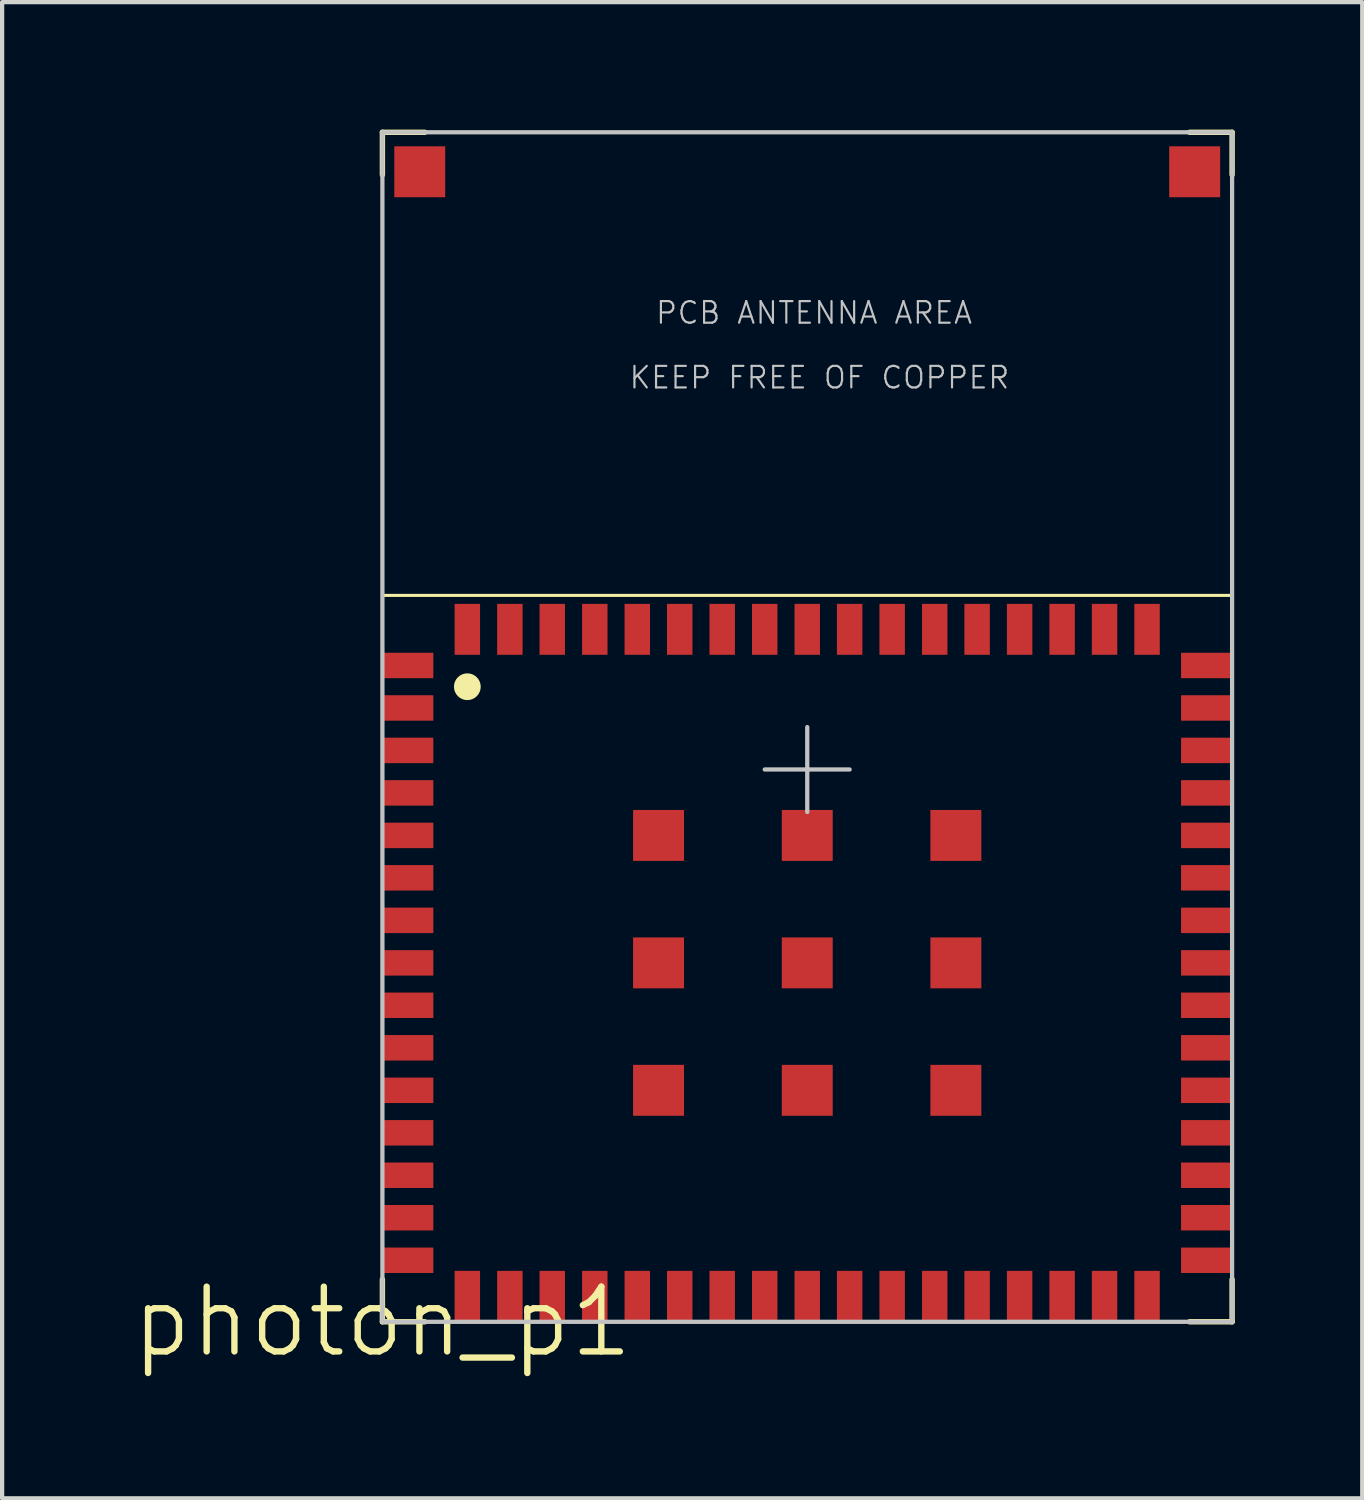
<source format=kicad_pcb>
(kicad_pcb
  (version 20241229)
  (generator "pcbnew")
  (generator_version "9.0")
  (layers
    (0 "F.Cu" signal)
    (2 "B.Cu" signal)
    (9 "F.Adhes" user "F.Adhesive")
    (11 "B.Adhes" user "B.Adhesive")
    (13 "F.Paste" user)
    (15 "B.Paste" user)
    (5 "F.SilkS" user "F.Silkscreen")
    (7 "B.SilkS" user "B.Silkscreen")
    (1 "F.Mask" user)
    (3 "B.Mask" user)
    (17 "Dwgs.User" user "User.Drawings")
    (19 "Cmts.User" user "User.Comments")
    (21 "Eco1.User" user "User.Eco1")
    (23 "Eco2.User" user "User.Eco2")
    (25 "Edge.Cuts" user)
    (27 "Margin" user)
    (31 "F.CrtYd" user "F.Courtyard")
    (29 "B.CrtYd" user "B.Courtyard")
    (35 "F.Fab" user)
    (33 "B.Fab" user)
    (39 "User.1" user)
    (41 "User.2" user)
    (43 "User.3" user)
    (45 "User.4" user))
  (footprint "photon_p1"
    (layer "F.Cu")
    (at 5.951 28.062)
    (property "Reference" "photon_p1" (at 0 0 0) (layer "F.SilkS") (effects (font (size 1.524 1.524) (thickness 0.15))))
    (attr smd)
    (fp_line (start 0 -27.998) (end 0.998 -27.998) (stroke (width 0.127) (type solid)) (layer "F.SilkS"))
    (fp_line (start 0 -27.998) (end 20 -27.998) (stroke (width 0.066) (type solid)) (layer "F.SilkS"))
    (fp_line (start 0 -27.998) (end 20 -27.998) (stroke (width 0.066) (type solid)) (layer "F.SilkS"))
    (fp_line (start 0 -26.998) (end 0 -27.998) (stroke (width 0.127) (type solid)) (layer "F.SilkS"))
    (fp_line (start 0 -17.099) (end 0 -27.998) (stroke (width 0.066) (type solid)) (layer "F.SilkS"))
    (fp_line (start 0 -17.099) (end 0 -27.998) (stroke (width 0.066) (type solid)) (layer "F.SilkS"))
    (fp_line (start 0 -17.099) (end 20 -17.099) (stroke (width 0.066) (type solid)) (layer "F.SilkS"))
    (fp_line (start 0 -17.099) (end 20 -17.099) (stroke (width 0.066) (type solid)) (layer "F.SilkS"))
    (fp_line (start 0 -0.998) (end 0 0) (stroke (width 0.127) (type solid)) (layer "F.SilkS"))
    (fp_line (start 0 0) (end 0.998 0) (stroke (width 0.127) (type solid)) (layer "F.SilkS"))
    (fp_line (start 18.999 -27.998) (end 20 -27.998) (stroke (width 0.127) (type solid)) (layer "F.SilkS"))
    (fp_line (start 20 -27.998) (end 20 -26.998) (stroke (width 0.127) (type solid)) (layer "F.SilkS"))
    (fp_line (start 20 -17.099) (end 20 -27.998) (stroke (width 0.066) (type solid)) (layer "F.SilkS"))
    (fp_line (start 20 -17.099) (end 20 -27.998) (stroke (width 0.066) (type solid)) (layer "F.SilkS"))
    (fp_line (start 20 -0.998) (end 20 0) (stroke (width 0.127) (type solid)) (layer "F.SilkS"))
    (fp_line (start 20 0) (end 18.999 0) (stroke (width 0.127) (type solid)) (layer "F.SilkS"))
    (fp_circle (center 1.999 -14.948) (end 1.999 -15.263) (stroke (width 0) (type solid)) (fill yes) (layer "F.SilkS"))
    (fp_line (start 0 0) (end 0 -27.998) (stroke (width 0.1) (type solid)) (layer "Dwgs.User"))
    (fp_line (start 0 0) (end 20 0) (stroke (width 0.1) (type solid)) (layer "Dwgs.User"))
    (fp_line (start 8.999 -13) (end 10.998 -13) (stroke (width 0.1) (type solid)) (layer "Dwgs.User"))
    (fp_line (start 10 -13.998) (end 10 -11.999) (stroke (width 0.1) (type solid)) (layer "Dwgs.User"))
    (fp_line (start 20 -27.998) (end 0 -27.998) (stroke (width 0.1) (type solid)) (layer "Dwgs.User"))
    (fp_line (start 20 0) (end 20 -27.998) (stroke (width 0.1) (type solid)) (layer "Dwgs.User"))
    (fp_text user "KEEP FREE OF COPPER" (at 10.287 -22.225 0) (layer "Dwgs.User") (effects (font (size 0.508 0.508) (thickness 0.051))))
    (fp_text user "PCB ANTENNA AREA" (at 10.16 -23.749 0) (layer "Dwgs.User") (effects (font (size 0.508 0.508) (thickness 0.051))))
    (pad "1" smd rect (at 0.599 -15.448) (size 1.199 0.599) (layers "F.Cu" "F.Mask" "F.Paste"))
    (pad "2" smd rect (at 0.599 -14.448) (size 1.199 0.599) (layers "F.Cu" "F.Mask" "F.Paste"))
    (pad "3" smd rect (at 0.599 -13.449) (size 1.199 0.599) (layers "F.Cu" "F.Mask" "F.Paste"))
    (pad "4" smd rect (at 0.599 -12.449) (size 1.199 0.599) (layers "F.Cu" "F.Mask" "F.Paste"))
    (pad "5" smd rect (at 0.599 -11.448) (size 1.199 0.599) (layers "F.Cu" "F.Mask" "F.Paste"))
    (pad "6" smd rect (at 0.599 -10.45) (size 1.199 0.599) (layers "F.Cu" "F.Mask" "F.Paste"))
    (pad "7" smd rect (at 0.599 -9.449) (size 1.199 0.599) (layers "F.Cu" "F.Mask" "F.Paste"))
    (pad "8" smd rect (at 0.599 -8.448) (size 1.199 0.599) (layers "F.Cu" "F.Mask" "F.Paste"))
    (pad "9" smd rect (at 0.599 -7.45) (size 1.199 0.599) (layers "F.Cu" "F.Mask" "F.Paste"))
    (pad "10" smd rect (at 0.599 -6.449) (size 1.199 0.599) (layers "F.Cu" "F.Mask" "F.Paste"))
    (pad "11" smd rect (at 0.599 -5.448) (size 1.199 0.599) (layers "F.Cu" "F.Mask" "F.Paste"))
    (pad "12" smd rect (at 0.599 -4.448) (size 1.199 0.599) (layers "F.Cu" "F.Mask" "F.Paste"))
    (pad "13" smd rect (at 0.599 -3.449) (size 1.199 0.599) (layers "F.Cu" "F.Mask" "F.Paste"))
    (pad "14" smd rect (at 0.599 -2.449) (size 1.199 0.599) (layers "F.Cu" "F.Mask" "F.Paste"))
    (pad "15" smd rect (at 0.599 -1.448) (size 1.199 0.599) (layers "F.Cu" "F.Mask" "F.Paste"))
    (pad "16" smd rect (at 1.999 -0.599 90) (size 1.199 0.599) (layers "F.Cu" "F.Mask" "F.Paste"))
    (pad "17" smd rect (at 3 -0.599 90) (size 1.199 0.599) (layers "F.Cu" "F.Mask" "F.Paste"))
    (pad "18" smd rect (at 3.998 -0.599 90) (size 1.199 0.599) (layers "F.Cu" "F.Mask" "F.Paste"))
    (pad "19" smd rect (at 4.999 -0.599 90) (size 1.199 0.599) (layers "F.Cu" "F.Mask" "F.Paste"))
    (pad "20" smd rect (at 5.999 -0.599 90) (size 1.199 0.599) (layers "F.Cu" "F.Mask" "F.Paste"))
    (pad "21" smd rect (at 6.998 -0.599 90) (size 1.199 0.599) (layers "F.Cu" "F.Mask" "F.Paste"))
    (pad "22" smd rect (at 7.998 -0.599 90) (size 1.199 0.599) (layers "F.Cu" "F.Mask" "F.Paste"))
    (pad "23" smd rect (at 8.999 -0.599 90) (size 1.199 0.599) (layers "F.Cu" "F.Mask" "F.Paste"))
    (pad "24" smd rect (at 10 -0.599 90) (size 1.199 0.599) (layers "F.Cu" "F.Mask" "F.Paste"))
    (pad "25" smd rect (at 10.998 -0.599 90) (size 1.199 0.599) (layers "F.Cu" "F.Mask" "F.Paste"))
    (pad "26" smd rect (at 11.999 -0.599 90) (size 1.199 0.599) (layers "F.Cu" "F.Mask" "F.Paste"))
    (pad "27" smd rect (at 13 -0.599 90) (size 1.199 0.599) (layers "F.Cu" "F.Mask" "F.Paste"))
    (pad "28" smd rect (at 13.998 -0.599 90) (size 1.199 0.599) (layers "F.Cu" "F.Mask" "F.Paste"))
    (pad "29" smd rect (at 14.999 -0.599 90) (size 1.199 0.599) (layers "F.Cu" "F.Mask" "F.Paste"))
    (pad "30" smd rect (at 15.999 -0.599 90) (size 1.199 0.599) (layers "F.Cu" "F.Mask" "F.Paste"))
    (pad "31" smd rect (at 16.998 -0.599 270) (size 1.199 0.599) (layers "F.Cu" "F.Mask" "F.Paste"))
    (pad "32" smd rect (at 17.998 -0.599 270) (size 1.199 0.599) (layers "F.Cu" "F.Mask" "F.Paste"))
    (pad "33" smd rect (at 19.398 -1.448) (size 1.199 0.599) (layers "F.Cu" "F.Mask" "F.Paste"))
    (pad "34" smd rect (at 19.398 -2.449) (size 1.199 0.599) (layers "F.Cu" "F.Mask" "F.Paste"))
    (pad "35" smd rect (at 19.398 -3.449) (size 1.199 0.599) (layers "F.Cu" "F.Mask" "F.Paste"))
    (pad "36" smd rect (at 19.398 -4.448) (size 1.199 0.599) (layers "F.Cu" "F.Mask" "F.Paste"))
    (pad "37" smd rect (at 19.398 -5.448) (size 1.199 0.599) (layers "F.Cu" "F.Mask" "F.Paste"))
    (pad "38" smd rect (at 19.398 -6.449) (size 1.199 0.599) (layers "F.Cu" "F.Mask" "F.Paste"))
    (pad "39" smd rect (at 19.398 -7.45) (size 1.199 0.599) (layers "F.Cu" "F.Mask" "F.Paste"))
    (pad "40" smd rect (at 19.398 -8.448) (size 1.199 0.599) (layers "F.Cu" "F.Mask" "F.Paste"))
    (pad "41" smd rect (at 19.398 -9.449) (size 1.199 0.599) (layers "F.Cu" "F.Mask" "F.Paste"))
    (pad "42" smd rect (at 19.398 -10.45) (size 1.199 0.599) (layers "F.Cu" "F.Mask" "F.Paste"))
    (pad "43" smd rect (at 19.398 -11.448) (size 1.199 0.599) (layers "F.Cu" "F.Mask" "F.Paste"))
    (pad "44" smd rect (at 19.398 -12.449) (size 1.199 0.599) (layers "F.Cu" "F.Mask" "F.Paste"))
    (pad "45" smd rect (at 19.398 -13.449) (size 1.199 0.599) (layers "F.Cu" "F.Mask" "F.Paste"))
    (pad "46" smd rect (at 19.398 -14.448) (size 1.199 0.599) (layers "F.Cu" "F.Mask" "F.Paste"))
    (pad "47" smd rect (at 19.398 -15.448) (size 1.199 0.599) (layers "F.Cu" "F.Mask" "F.Paste"))
    (pad "48" smd rect (at 17.998 -16.299 270) (size 1.199 0.599) (layers "F.Cu" "F.Mask" "F.Paste"))
    (pad "49" smd rect (at 16.998 -16.299 270) (size 1.199 0.599) (layers "F.Cu" "F.Mask" "F.Paste"))
    (pad "50" smd rect (at 15.999 -16.299 90) (size 1.199 0.599) (layers "F.Cu" "F.Mask" "F.Paste"))
    (pad "51" smd rect (at 14.999 -16.299 90) (size 1.199 0.599) (layers "F.Cu" "F.Mask" "F.Paste"))
    (pad "52" smd rect (at 13.998 -16.299 90) (size 1.199 0.599) (layers "F.Cu" "F.Mask" "F.Paste"))
    (pad "53" smd rect (at 13 -16.299 90) (size 1.199 0.599) (layers "F.Cu" "F.Mask" "F.Paste"))
    (pad "54" smd rect (at 11.999 -16.299 90) (size 1.199 0.599) (layers "F.Cu" "F.Mask" "F.Paste"))
    (pad "55" smd rect (at 10.998 -16.299 90) (size 1.199 0.599) (layers "F.Cu" "F.Mask" "F.Paste"))
    (pad "56" smd rect (at 10 -16.299 90) (size 1.199 0.599) (layers "F.Cu" "F.Mask" "F.Paste"))
    (pad "57" smd rect (at 8.999 -16.299 90) (size 1.199 0.599) (layers "F.Cu" "F.Mask" "F.Paste"))
    (pad "58" smd rect (at 7.998 -16.299 90) (size 1.199 0.599) (layers "F.Cu" "F.Mask" "F.Paste"))
    (pad "59" smd rect (at 6.998 -16.299 90) (size 1.199 0.599) (layers "F.Cu" "F.Mask" "F.Paste"))
    (pad "60" smd rect (at 5.999 -16.299 90) (size 1.199 0.599) (layers "F.Cu" "F.Mask" "F.Paste"))
    (pad "61" smd rect (at 4.999 -16.299 90) (size 1.199 0.599) (layers "F.Cu" "F.Mask" "F.Paste"))
    (pad "62" smd rect (at 3.998 -16.299 90) (size 1.199 0.599) (layers "F.Cu" "F.Mask" "F.Paste"))
    (pad "63" smd rect (at 3 -16.299 90) (size 1.199 0.599) (layers "F.Cu" "F.Mask" "F.Paste"))
    (pad "64" smd rect (at 1.999 -16.299 90) (size 1.199 0.599) (layers "F.Cu" "F.Mask" "F.Paste"))
    (pad "65" smd rect (at 6.5 -11.448 270) (size 1.199 1.199) (layers "F.Cu" "F.Mask" "F.Paste"))
    (pad "66" smd rect (at 6.5 -8.448 270) (size 1.199 1.199) (layers "F.Cu" "F.Mask" "F.Paste"))
    (pad "67" smd rect (at 6.5 -5.448 270) (size 1.199 1.199) (layers "F.Cu" "F.Mask" "F.Paste"))
    (pad "68" smd rect (at 10 -11.448 270) (size 1.199 1.199) (layers "F.Cu" "F.Mask" "F.Paste"))
    (pad "69" smd rect (at 10 -8.448 270) (size 1.199 1.199) (layers "F.Cu" "F.Mask" "F.Paste"))
    (pad "70" smd rect (at 10 -5.448 270) (size 1.199 1.199) (layers "F.Cu" "F.Mask" "F.Paste"))
    (pad "71" smd rect (at 13.498 -11.448 270) (size 1.199 1.199) (layers "F.Cu" "F.Mask" "F.Paste"))
    (pad "72" smd rect (at 13.498 -8.448 270) (size 1.199 1.199) (layers "F.Cu" "F.Mask" "F.Paste"))
    (pad "73" smd rect (at 13.498 -5.448 270) (size 1.199 1.199) (layers "F.Cu" "F.Mask" "F.Paste"))
    (pad "74" smd rect (at 19.119 -27.069 270) (size 1.199 1.199) (layers "F.Cu" "F.Mask" "F.Paste"))
    (pad "75" smd rect (at 0.879 -27.069 270) (size 1.199 1.199) (layers "F.Cu" "F.Mask" "F.Paste")))
  (gr_rect
    (start -3 -3)
    (end 29.014 32.217)
    (stroke (width 0.1) (type default))
    (fill no)
    (layer "Edge.Cuts")))
</source>
